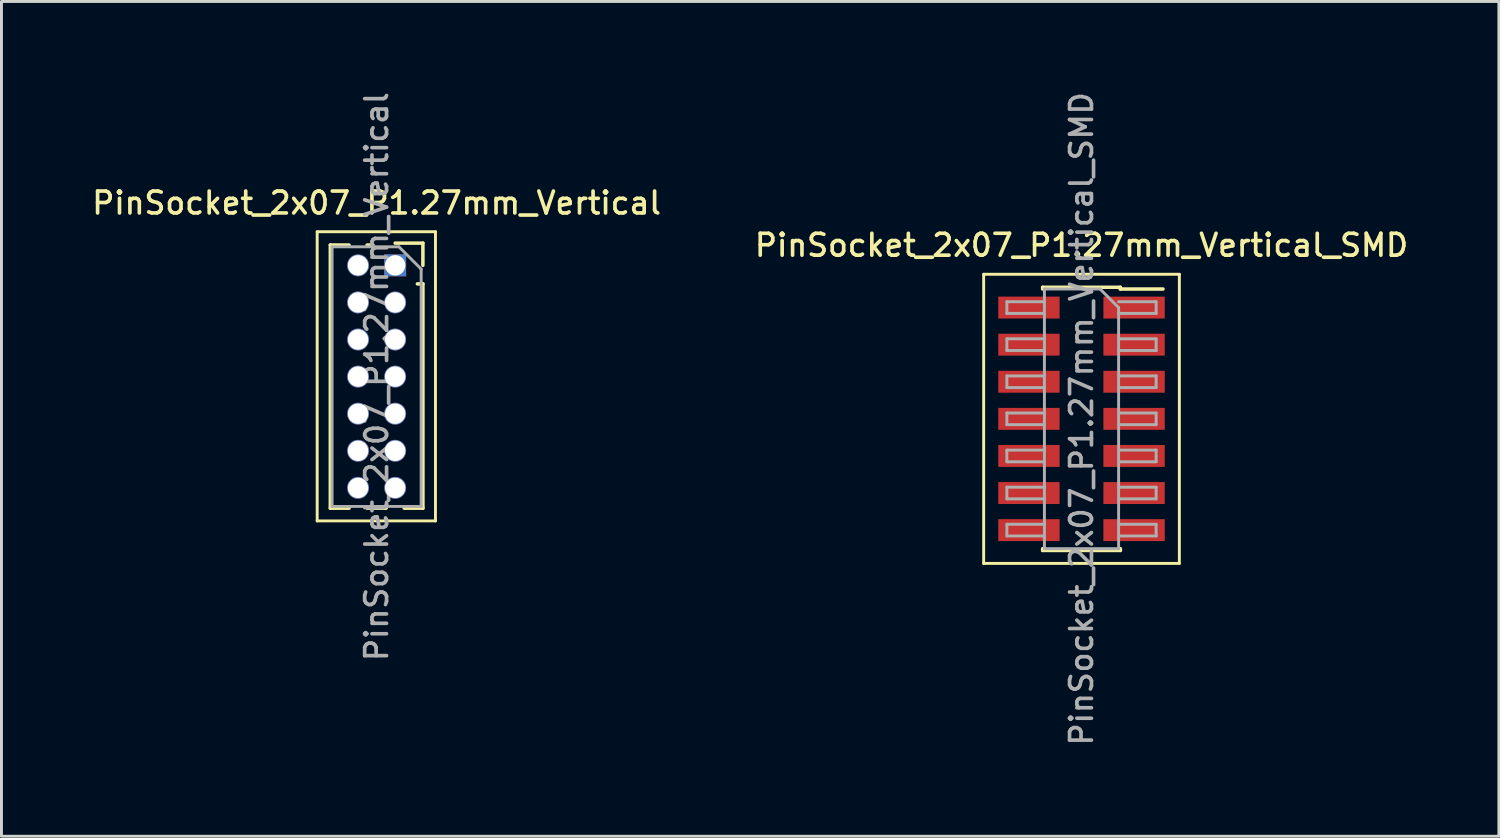
<source format=kicad_pcb>
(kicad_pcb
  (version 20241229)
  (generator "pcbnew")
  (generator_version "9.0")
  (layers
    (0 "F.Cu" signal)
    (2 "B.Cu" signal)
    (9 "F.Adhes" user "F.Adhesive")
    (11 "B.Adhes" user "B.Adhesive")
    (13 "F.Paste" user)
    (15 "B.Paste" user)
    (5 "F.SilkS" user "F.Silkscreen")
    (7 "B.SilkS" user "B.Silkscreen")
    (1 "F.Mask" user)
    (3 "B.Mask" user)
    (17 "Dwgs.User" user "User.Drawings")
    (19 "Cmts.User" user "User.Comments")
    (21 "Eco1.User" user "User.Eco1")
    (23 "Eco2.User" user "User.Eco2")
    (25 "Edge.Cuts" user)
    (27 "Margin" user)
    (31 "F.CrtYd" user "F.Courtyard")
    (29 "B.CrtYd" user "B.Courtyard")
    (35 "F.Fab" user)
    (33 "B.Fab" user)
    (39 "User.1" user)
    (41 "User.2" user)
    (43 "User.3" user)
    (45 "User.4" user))
  (footprint "PinSocket_2x07_P1.27mm_Vertical_SMD"
    (layer "F.Cu")
    (at 33.98 11.291)
    (property "Reference" "PinSocket_2x07_P1.27mm_Vertical_SMD" (at 0 -5.945 0) (layer "F.SilkS") (effects (font (size 0.75 0.75) (thickness 0.125))))
    (attr smd)
    (fp_line (start -3.35 -4.95) (end 3.35 -4.95) (stroke (width 0.1) (type solid)) (layer "F.SilkS"))
    (fp_line (start -3.35 4.95) (end -3.35 -4.95) (stroke (width 0.1) (type solid)) (layer "F.SilkS"))
    (fp_line (start -1.33 -4.505) (end -1.33 -4.445) (stroke (width 0.12) (type solid)) (layer "F.SilkS"))
    (fp_line (start -1.33 -4.505) (end 1.33 -4.505) (stroke (width 0.12) (type solid)) (layer "F.SilkS"))
    (fp_line (start -1.33 4.445) (end -1.33 4.505) (stroke (width 0.12) (type solid)) (layer "F.SilkS"))
    (fp_line (start -1.33 4.505) (end 1.33 4.505) (stroke (width 0.12) (type solid)) (layer "F.SilkS"))
    (fp_line (start 1.33 -4.505) (end 1.33 -4.445) (stroke (width 0.12) (type solid)) (layer "F.SilkS"))
    (fp_line (start 1.33 -4.445) (end 2.79 -4.445) (stroke (width 0.12) (type solid)) (layer "F.SilkS"))
    (fp_line (start 1.33 4.445) (end 1.33 4.505) (stroke (width 0.12) (type solid)) (layer "F.SilkS"))
    (fp_line (start 3.35 -4.95) (end 3.35 4.95) (stroke (width 0.1) (type solid)) (layer "F.SilkS"))
    (fp_line (start 3.35 4.95) (end -3.35 4.95) (stroke (width 0.1) (type solid)) (layer "F.SilkS"))
    (fp_line (start -2.555 -4.01) (end -1.27 -4.01) (stroke (width 0.1) (type solid)) (layer "F.Fab"))
    (fp_line (start -2.555 -3.61) (end -2.555 -4.01) (stroke (width 0.1) (type solid)) (layer "F.Fab"))
    (fp_line (start -2.555 -2.74) (end -1.27 -2.74) (stroke (width 0.1) (type solid)) (layer "F.Fab"))
    (fp_line (start -2.555 -2.34) (end -2.555 -2.74) (stroke (width 0.1) (type solid)) (layer "F.Fab"))
    (fp_line (start -2.555 -1.47) (end -1.27 -1.47) (stroke (width 0.1) (type solid)) (layer "F.Fab"))
    (fp_line (start -2.555 -1.07) (end -2.555 -1.47) (stroke (width 0.1) (type solid)) (layer "F.Fab"))
    (fp_line (start -2.555 -0.2) (end -1.27 -0.2) (stroke (width 0.1) (type solid)) (layer "F.Fab"))
    (fp_line (start -2.555 0.2) (end -2.555 -0.2) (stroke (width 0.1) (type solid)) (layer "F.Fab"))
    (fp_line (start -2.555 1.07) (end -1.27 1.07) (stroke (width 0.1) (type solid)) (layer "F.Fab"))
    (fp_line (start -2.555 1.47) (end -2.555 1.07) (stroke (width 0.1) (type solid)) (layer "F.Fab"))
    (fp_line (start -2.555 2.34) (end -1.27 2.34) (stroke (width 0.1) (type solid)) (layer "F.Fab"))
    (fp_line (start -2.555 2.74) (end -2.555 2.34) (stroke (width 0.1) (type solid)) (layer "F.Fab"))
    (fp_line (start -2.555 3.61) (end -1.27 3.61) (stroke (width 0.1) (type solid)) (layer "F.Fab"))
    (fp_line (start -2.555 4.01) (end -2.555 3.61) (stroke (width 0.1) (type solid)) (layer "F.Fab"))
    (fp_line (start -1.27 -4.445) (end 0.635 -4.445) (stroke (width 0.1) (type solid)) (layer "F.Fab"))
    (fp_line (start -1.27 -3.61) (end -2.555 -3.61) (stroke (width 0.1) (type solid)) (layer "F.Fab"))
    (fp_line (start -1.27 -2.34) (end -2.555 -2.34) (stroke (width 0.1) (type solid)) (layer "F.Fab"))
    (fp_line (start -1.27 -1.07) (end -2.555 -1.07) (stroke (width 0.1) (type solid)) (layer "F.Fab"))
    (fp_line (start -1.27 0.2) (end -2.555 0.2) (stroke (width 0.1) (type solid)) (layer "F.Fab"))
    (fp_line (start -1.27 1.47) (end -2.555 1.47) (stroke (width 0.1) (type solid)) (layer "F.Fab"))
    (fp_line (start -1.27 2.74) (end -2.555 2.74) (stroke (width 0.1) (type solid)) (layer "F.Fab"))
    (fp_line (start -1.27 4.01) (end -2.555 4.01) (stroke (width 0.1) (type solid)) (layer "F.Fab"))
    (fp_line (start -1.27 4.445) (end -1.27 -4.445) (stroke (width 0.1) (type solid)) (layer "F.Fab"))
    (fp_line (start 0.635 -4.445) (end 1.27 -3.81) (stroke (width 0.1) (type solid)) (layer "F.Fab"))
    (fp_line (start 1.27 -4.01) (end 2.555 -4.01) (stroke (width 0.1) (type solid)) (layer "F.Fab"))
    (fp_line (start 1.27 -3.81) (end 1.27 4.445) (stroke (width 0.1) (type solid)) (layer "F.Fab"))
    (fp_line (start 1.27 -2.74) (end 2.555 -2.74) (stroke (width 0.1) (type solid)) (layer "F.Fab"))
    (fp_line (start 1.27 -1.47) (end 2.555 -1.47) (stroke (width 0.1) (type solid)) (layer "F.Fab"))
    (fp_line (start 1.27 -0.2) (end 2.555 -0.2) (stroke (width 0.1) (type solid)) (layer "F.Fab"))
    (fp_line (start 1.27 1.07) (end 2.555 1.07) (stroke (width 0.1) (type solid)) (layer "F.Fab"))
    (fp_line (start 1.27 2.34) (end 2.555 2.34) (stroke (width 0.1) (type solid)) (layer "F.Fab"))
    (fp_line (start 1.27 3.61) (end 2.555 3.61) (stroke (width 0.1) (type solid)) (layer "F.Fab"))
    (fp_line (start 1.27 4.445) (end -1.27 4.445) (stroke (width 0.1) (type solid)) (layer "F.Fab"))
    (fp_line (start 2.555 -4.01) (end 2.555 -3.61) (stroke (width 0.1) (type solid)) (layer "F.Fab"))
    (fp_line (start 2.555 -3.61) (end 1.27 -3.61) (stroke (width 0.1) (type solid)) (layer "F.Fab"))
    (fp_line (start 2.555 -2.74) (end 2.555 -2.34) (stroke (width 0.1) (type solid)) (layer "F.Fab"))
    (fp_line (start 2.555 -2.34) (end 1.27 -2.34) (stroke (width 0.1) (type solid)) (layer "F.Fab"))
    (fp_line (start 2.555 -1.47) (end 2.555 -1.07) (stroke (width 0.1) (type solid)) (layer "F.Fab"))
    (fp_line (start 2.555 -1.07) (end 1.27 -1.07) (stroke (width 0.1) (type solid)) (layer "F.Fab"))
    (fp_line (start 2.555 -0.2) (end 2.555 0.2) (stroke (width 0.1) (type solid)) (layer "F.Fab"))
    (fp_line (start 2.555 0.2) (end 1.27 0.2) (stroke (width 0.1) (type solid)) (layer "F.Fab"))
    (fp_line (start 2.555 1.07) (end 2.555 1.47) (stroke (width 0.1) (type solid)) (layer "F.Fab"))
    (fp_line (start 2.555 1.47) (end 1.27 1.47) (stroke (width 0.1) (type solid)) (layer "F.Fab"))
    (fp_line (start 2.555 2.34) (end 2.555 2.74) (stroke (width 0.1) (type solid)) (layer "F.Fab"))
    (fp_line (start 2.555 2.74) (end 1.27 2.74) (stroke (width 0.1) (type solid)) (layer "F.Fab"))
    (fp_line (start 2.555 3.61) (end 2.555 4.01) (stroke (width 0.1) (type solid)) (layer "F.Fab"))
    (fp_line (start 2.555 4.01) (end 1.27 4.01) (stroke (width 0.1) (type solid)) (layer "F.Fab"))
    (fp_text user "${REFERENCE}" (at 0 0 90) (layer "F.Fab") (effects (font (size 0.75 0.75) (thickness 0.125))))
    (pad "1" smd rect (at 1.8 -3.81) (size 2.1 0.75) (layers "F.Cu" "F.Mask" "F.Paste"))
    (pad "2" smd rect (at -1.8 -3.81) (size 2.1 0.75) (layers "F.Cu" "F.Mask" "F.Paste"))
    (pad "3" smd rect (at 1.8 -2.54) (size 2.1 0.75) (layers "F.Cu" "F.Mask" "F.Paste"))
    (pad "4" smd rect (at -1.8 -2.54) (size 2.1 0.75) (layers "F.Cu" "F.Mask" "F.Paste"))
    (pad "5" smd rect (at 1.8 -1.27) (size 2.1 0.75) (layers "F.Cu" "F.Mask" "F.Paste"))
    (pad "6" smd rect (at -1.8 -1.27) (size 2.1 0.75) (layers "F.Cu" "F.Mask" "F.Paste"))
    (pad "7" smd rect (at 1.8 0) (size 2.1 0.75) (layers "F.Cu" "F.Mask" "F.Paste"))
    (pad "8" smd rect (at -1.8 0) (size 2.1 0.75) (layers "F.Cu" "F.Mask" "F.Paste"))
    (pad "9" smd rect (at 1.8 1.27) (size 2.1 0.75) (layers "F.Cu" "F.Mask" "F.Paste"))
    (pad "10" smd rect (at -1.8 1.27) (size 2.1 0.75) (layers "F.Cu" "F.Mask" "F.Paste"))
    (pad "11" smd rect (at 1.8 2.54) (size 2.1 0.75) (layers "F.Cu" "F.Mask" "F.Paste"))
    (pad "12" smd rect (at -1.8 2.54) (size 2.1 0.75) (layers "F.Cu" "F.Mask" "F.Paste"))
    (pad "13" smd rect (at 1.8 3.81) (size 2.1 0.75) (layers "F.Cu" "F.Mask" "F.Paste"))
    (pad "14" smd rect (at -1.8 3.81) (size 2.1 0.75) (layers "F.Cu" "F.Mask" "F.Paste")))
  (footprint "PinSocket_2x07_P1.27mm_Vertical"
    (layer "F.Cu")
    (at 10.48 6.035)
    (property "Reference" "PinSocket_2x07_P1.27mm_Vertical" (at -0.635 -2.135 0) (layer "F.SilkS") (effects (font (size 0.75 0.75) (thickness 0.125))))
    (attr through_hole)
    (fp_line (start -2.67 -1.15) (end 1.38 -1.15) (stroke (width 0.1) (type solid)) (layer "F.SilkS"))
    (fp_line (start -2.67 8.75) (end -2.67 -1.15) (stroke (width 0.1) (type solid)) (layer "F.SilkS"))
    (fp_line (start -2.22 -0.695) (end -2.22 8.315) (stroke (width 0.12) (type solid)) (layer "F.SilkS"))
    (fp_line (start -2.22 -0.695) (end -1.578 -0.695) (stroke (width 0.12) (type solid)) (layer "F.SilkS"))
    (fp_line (start -2.22 8.315) (end -1.578 8.315) (stroke (width 0.12) (type solid)) (layer "F.SilkS"))
    (fp_line (start -0.962 -0.695) (end -0.76 -0.695) (stroke (width 0.12) (type solid)) (layer "F.SilkS"))
    (fp_line (start -0.962 8.315) (end -0.308 8.315) (stroke (width 0.12) (type solid)) (layer "F.SilkS"))
    (fp_line (start 0 -0.76) (end 0.95 -0.76) (stroke (width 0.12) (type solid)) (layer "F.SilkS"))
    (fp_line (start 0.308 8.315) (end 0.95 8.315) (stroke (width 0.12) (type solid)) (layer "F.SilkS"))
    (fp_line (start 0.76 0.635) (end 0.95 0.635) (stroke (width 0.12) (type solid)) (layer "F.SilkS"))
    (fp_line (start 0.95 -0.76) (end 0.95 0) (stroke (width 0.12) (type solid)) (layer "F.SilkS"))
    (fp_line (start 0.95 0.635) (end 0.95 8.315) (stroke (width 0.12) (type solid)) (layer "F.SilkS"))
    (fp_line (start 1.38 -1.15) (end 1.38 8.75) (stroke (width 0.1) (type solid)) (layer "F.SilkS"))
    (fp_line (start 1.38 8.75) (end -2.67 8.75) (stroke (width 0.1) (type solid)) (layer "F.SilkS"))
    (fp_line (start -2.16 -0.635) (end 0.128 -0.635) (stroke (width 0.1) (type solid)) (layer "F.Fab"))
    (fp_line (start -2.16 8.255) (end -2.16 -0.635) (stroke (width 0.1) (type solid)) (layer "F.Fab"))
    (fp_line (start 0.128 -0.635) (end 0.89 0.128) (stroke (width 0.1) (type solid)) (layer "F.Fab"))
    (fp_line (start 0.89 0.128) (end 0.89 8.255) (stroke (width 0.1) (type solid)) (layer "F.Fab"))
    (fp_line (start 0.89 8.255) (end -2.16 8.255) (stroke (width 0.1) (type solid)) (layer "F.Fab"))
    (fp_text user "${REFERENCE}" (at -0.635 3.81 90) (layer "F.Fab") (effects (font (size 0.75 0.75) (thickness 0.125))))
    (pad "1" thru_hole rect (at 0 0) (size 0.75 0.75) (drill 0.7) (layers "*.Cu" "*.Mask"))
    (pad "2" thru_hole oval (at -1.27 0) (size 0.75 0.75) (drill 0.7) (layers "*.Cu" "*.Mask"))
    (pad "3" thru_hole oval (at 0 1.27) (size 0.75 0.75) (drill 0.7) (layers "*.Cu" "*.Mask"))
    (pad "4" thru_hole oval (at -1.27 1.27) (size 0.75 0.75) (drill 0.7) (layers "*.Cu" "*.Mask"))
    (pad "5" thru_hole oval (at 0 2.54) (size 0.75 0.75) (drill 0.7) (layers "*.Cu" "*.Mask"))
    (pad "6" thru_hole oval (at -1.27 2.54) (size 0.75 0.75) (drill 0.7) (layers "*.Cu" "*.Mask"))
    (pad "7" thru_hole oval (at 0 3.81) (size 0.75 0.75) (drill 0.7) (layers "*.Cu" "*.Mask"))
    (pad "8" thru_hole oval (at -1.27 3.81) (size 0.75 0.75) (drill 0.7) (layers "*.Cu" "*.Mask"))
    (pad "9" thru_hole oval (at 0 5.08) (size 0.75 0.75) (drill 0.7) (layers "*.Cu" "*.Mask"))
    (pad "10" thru_hole oval (at -1.27 5.08) (size 0.75 0.75) (drill 0.7) (layers "*.Cu" "*.Mask"))
    (pad "11" thru_hole oval (at 0 6.35) (size 0.75 0.75) (drill 0.7) (layers "*.Cu" "*.Mask"))
    (pad "12" thru_hole oval (at -1.27 6.35) (size 0.75 0.75) (drill 0.7) (layers "*.Cu" "*.Mask"))
    (pad "13" thru_hole oval (at 0 7.62) (size 0.75 0.75) (drill 0.7) (layers "*.Cu" "*.Mask"))
    (pad "14" thru_hole oval (at -1.27 7.62) (size 0.75 0.75) (drill 0.7) (layers "*.Cu" "*.Mask")))
  (gr_rect
    (start -3 -3)
    (end 48.271 25.582)
    (stroke (width 0.1) (type default))
    (fill no)
    (layer "Edge.Cuts")))
</source>
